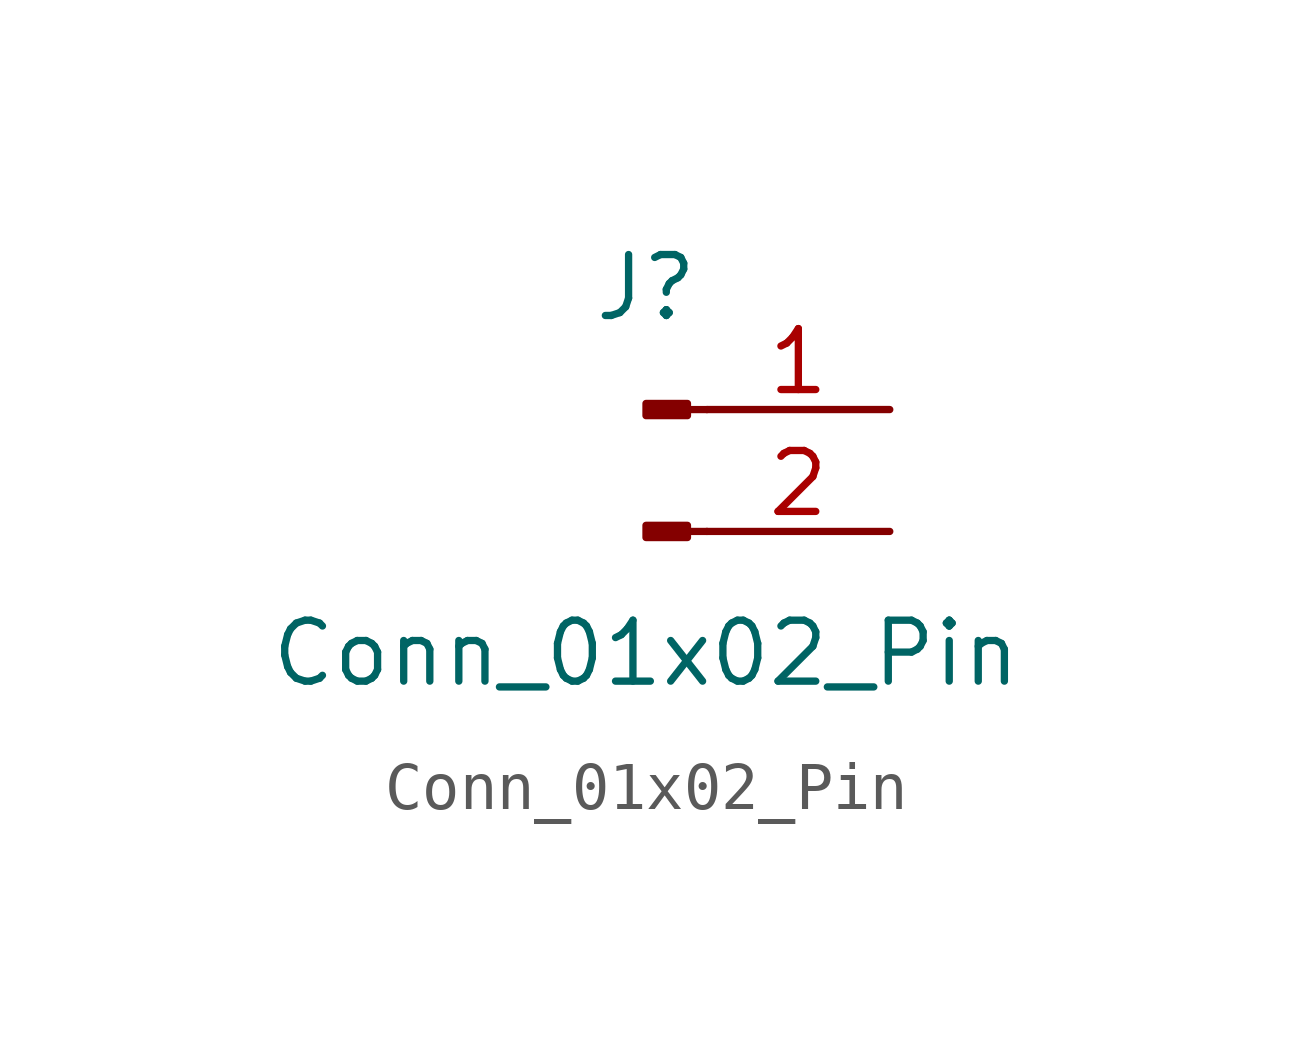
<source format=kicad_sym>
(kicad_symbol_lib
  (version 20220914)
  (generator KiBot)
  (symbol "Connector:Conn_01x02_Pin"
    (pin_names
      (offset 1.016) hide)
    (property "Reference" "J"
      (at 0 2.54 0)
      (effects (font (size 1.27 1.27))))
    (property "Value" "Conn_01x02_Pin"
      (at 0 -5.08 0)
      (effects (font (size 1.27 1.27))))
    (property "ki_locked" ""
      (at 0 0 0)
      (effects (font (size 1.27 1.27))))
    (symbol "Conn_01x02_Pin_1_1"
      (polyline (pts (xy 1.27 -2.54) (xy 0.864 -2.54)) (stroke (width 0.152) (type default)) (fill (type none)))
      (polyline (pts (xy 1.27 0) (xy 0.864 0)) (stroke (width 0.152) (type default)) (fill (type none)))
      (rectangle (start 0.864 -2.413) (end 0 -2.667) (stroke (width 0.152) (type default)) (fill (type outline)))
      (rectangle (start 0.864 0.127) (end 0 -0.127) (stroke (width 0.152) (type default)) (fill (type outline)))
      (pin passive line (at 5.08 0 180) (length 3.81) (name "Pin_1" (effects (font (size 1.27 1.27)))) (number "1" (effects (font (size 1.27 1.27)))))
      (pin passive line (at 5.08 -2.54 180) (length 3.81) (name "Pin_2" (effects (font (size 1.27 1.27)))) (number "2" (effects (font (size 1.27 1.27))))))))
</source>
